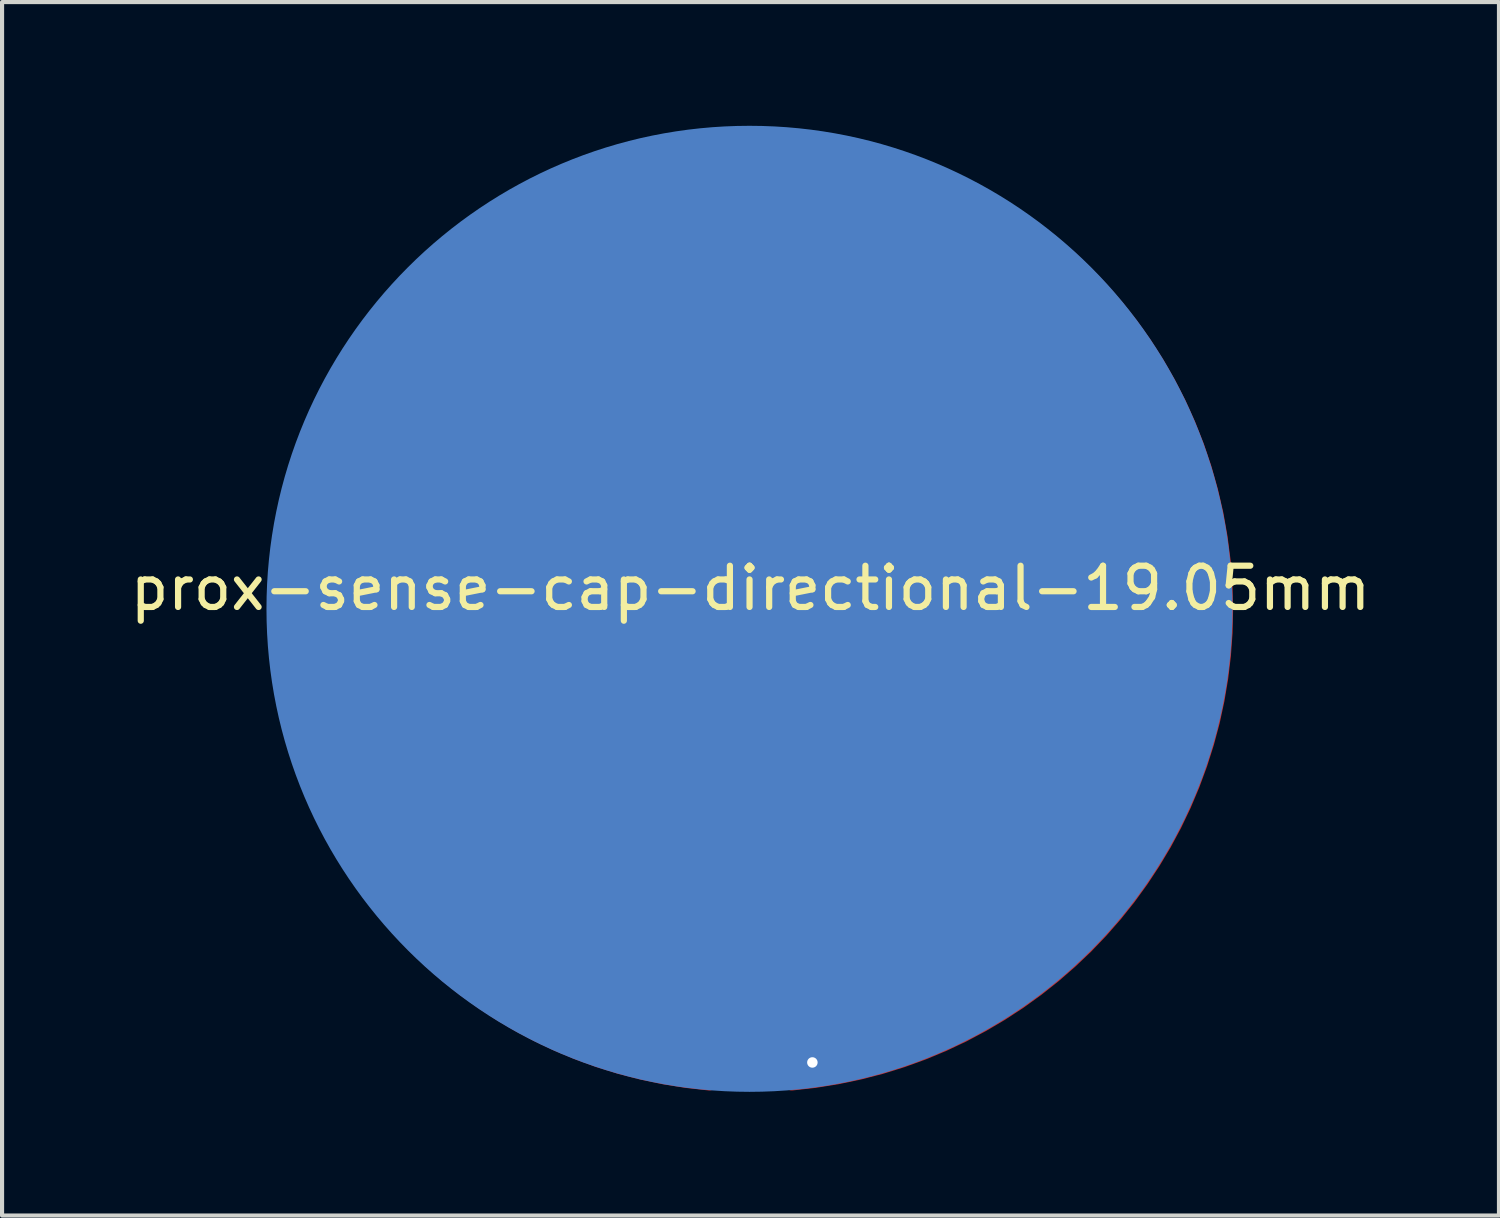
<source format=kicad_pcb>
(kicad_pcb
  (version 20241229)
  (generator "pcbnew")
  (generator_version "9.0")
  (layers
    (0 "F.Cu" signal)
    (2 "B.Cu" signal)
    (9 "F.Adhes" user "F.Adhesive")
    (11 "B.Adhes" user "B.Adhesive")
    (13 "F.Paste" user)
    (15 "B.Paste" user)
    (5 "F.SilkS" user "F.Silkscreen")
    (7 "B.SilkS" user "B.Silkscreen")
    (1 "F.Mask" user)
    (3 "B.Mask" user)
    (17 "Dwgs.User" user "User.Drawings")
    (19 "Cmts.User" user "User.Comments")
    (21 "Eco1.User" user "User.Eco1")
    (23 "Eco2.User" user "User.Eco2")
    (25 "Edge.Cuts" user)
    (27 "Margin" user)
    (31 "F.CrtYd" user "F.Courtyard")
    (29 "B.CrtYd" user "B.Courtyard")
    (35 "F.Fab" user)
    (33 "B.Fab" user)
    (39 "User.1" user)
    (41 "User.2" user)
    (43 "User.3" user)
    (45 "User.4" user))
  (footprint "prox-sense-cap-directional-19.05mm"
    (layer "F.Cu")
    (at 15.149 11.713)
    (property "Reference" "prox-sense-cap-directional-19.05mm" (at 0 -0.5 0) (unlocked yes) (layer "F.SilkS") (effects (font (size 1 1) (thickness 0.15))))
    (attr smd)
    (fp_poly (pts (xy 9.5 -0.000001) (xy 9.488 0.49) (xy 9.451 0.974) (xy 9.39 1.451) (xy 9.306 1.92) (xy 9.2 2.38) (xy 9.072 2.832) (xy 8.922 3.275) (xy 8.751 3.708) (xy 8.561 4.129) (xy 8.35 4.54) (xy 8.121 4.939) (xy 7.873 5.326) (xy 7.608 5.699) (xy 7.325 6.059) (xy 7.026 6.404) (xy 6.71 6.735) (xy 6.379 7.051) (xy 6.034 7.35) (xy 5.674 7.633) (xy 5.301 7.898) (xy 4.914 8.146) (xy 4.515 8.375) (xy 4.104 8.586) (xy 3.683 8.776) (xy 3.25 8.947) (xy 2.807 9.097) (xy 2.355 9.225) (xy 1.895 9.331) (xy 1.426 9.415) (xy 0.949 9.476) (xy 0.465 9.513) (xy -0.025 9.525) (xy -0.515 9.513) (xy -0.999 9.476) (xy -1.476 9.415) (xy -1.945 9.331) (xy -2.405 9.225) (xy -2.857 9.097) (xy -3.3 8.947) (xy -3.733 8.776) (xy -4.154 8.586) (xy -4.565 8.375) (xy -4.964 8.146) (xy -5.351 7.898) (xy -5.724 7.633) (xy -6.084 7.35) (xy -6.429 7.051) (xy -6.76 6.735) (xy -7.076 6.404) (xy -7.375 6.059) (xy -7.658 5.699) (xy -7.923 5.326) (xy -8.171 4.939) (xy -8.4 4.54) (xy -8.611 4.129) (xy -8.801 3.708) (xy -8.972 3.275) (xy -9.122 2.832) (xy -9.25 2.38) (xy -9.356 1.92) (xy -9.44 1.451) (xy -9.501 0.974) (xy -9.538 0.49) (xy -9.55 -0.000001) (xy -9.538 -0.49) (xy -9.501 -0.974) (xy -9.44 -1.451) (xy -9.356 -1.92) (xy -9.25 -2.38) (xy -9.122 -2.832) (xy -8.972 -3.275) (xy -8.801 -3.708) (xy -8.611 -4.129) (xy -8.4 -4.54) (xy -8.171 -4.939) (xy -7.923 -5.326) (xy -7.658 -5.699) (xy -7.375 -6.059) (xy -7.076 -6.404) (xy -6.76 -6.735) (xy -6.429 -7.051) (xy -6.084 -7.35) (xy -5.724 -7.633) (xy -5.351 -7.898) (xy -4.964 -8.146) (xy -4.565 -8.375) (xy -4.154 -8.586) (xy -3.733 -8.776) (xy -3.3 -8.947) (xy -2.857 -9.097) (xy -2.405 -9.225) (xy -1.945 -9.331) (xy -1.476 -9.415) (xy -0.999 -9.476) (xy -0.515 -9.513) (xy -0.025 -9.525) (xy 0.465 -9.513) (xy 0.949 -9.476) (xy 1.426 -9.415) (xy 1.895 -9.331) (xy 2.355 -9.225) (xy 2.807 -9.097) (xy 3.25 -8.947) (xy 3.683 -8.776) (xy 4.104 -8.586) (xy 4.515 -8.375) (xy 4.914 -8.146) (xy 5.301 -7.898) (xy 5.674 -7.633) (xy 6.034 -7.35) (xy 6.379 -7.051) (xy 6.71 -6.735) (xy 7.026 -6.404) (xy 7.325 -6.059) (xy 7.608 -5.699) (xy 7.873 -5.326) (xy 8.121 -4.939) (xy 8.35 -4.54) (xy 8.561 -4.129) (xy 8.751 -3.708) (xy 8.922 -3.275) (xy 9.072 -2.832) (xy 9.2 -2.38) (xy 9.306 -1.92) (xy 9.39 -1.451) (xy 9.451 -0.974) (xy 9.488 -0.49) (xy 9.5 -0.000001)) (stroke (width 0.293) (type solid)) (fill yes) (layer "F.Cu"))
    (fp_poly (pts (xy 0.000254 -11.503) (xy 0.593 -11.488) (xy 1.179 -11.443) (xy 1.755 -11.37) (xy 2.323 -11.269) (xy 2.88 -11.14) (xy 3.427 -10.985) (xy 3.963 -10.804) (xy 4.486 -10.597) (xy 4.997 -10.366) (xy 5.494 -10.112) (xy 5.976 -9.834) (xy 6.444 -9.535) (xy 6.896 -9.213) (xy 7.331 -8.871) (xy 7.749 -8.509) (xy 8.15 -8.127) (xy 8.531 -7.727) (xy 8.893 -7.309) (xy 9.236 -6.874) (xy 9.557 -6.422) (xy 9.857 -5.954) (xy 10.134 -5.471) (xy 10.389 -4.975) (xy 10.619 -4.464) (xy 10.826 -3.941) (xy 11.007 -3.405) (xy 11.162 -2.858) (xy 11.291 -2.301) (xy 11.392 -1.733) (xy 11.466 -1.156) (xy 11.51 -0.571) (xy 11.525 0.022) (xy 11.512 0.579) (xy 11.472 1.13) (xy 11.407 1.674) (xy 11.317 2.21) (xy 11.203 2.738) (xy 11.064 3.256) (xy 10.902 3.765) (xy 10.718 4.264) (xy 10.512 4.752) (xy 10.284 5.229) (xy 10.035 5.693) (xy 9.765 6.144) (xy 9.476 6.582) (xy 9.168 7.006) (xy 8.841 7.415) (xy 8.496 7.809) (xy 8.134 8.187) (xy 7.754 8.548) (xy 7.359 8.892) (xy 6.948 9.218) (xy 6.521 9.526) (xy 6.08 9.814) (xy 5.626 10.082) (xy 5.157 10.331) (xy 4.676 10.558) (xy 4.183 10.763) (xy 3.678 10.946) (xy 3.163 11.106) (xy 2.636 11.242) (xy 2.1 11.354) (xy 1.555 11.441) (xy 1.001 11.503) (xy 1 10.499) (xy 1.503 10.439) (xy 1.997 10.356) (xy 2.483 10.251) (xy 2.96 10.124) (xy 3.427 9.975) (xy 3.885 9.806) (xy 4.331 9.617) (xy 4.767 9.408) (xy 5.191 9.18) (xy 5.603 8.934) (xy 6.002 8.67) (xy 6.387 8.388) (xy 6.759 8.09) (xy 7.117 7.776) (xy 7.46 7.446) (xy 7.788 7.102) (xy 8.1 6.743) (xy 8.395 6.37) (xy 8.674 5.984) (xy 8.935 5.585) (xy 9.179 5.175) (xy 9.404 4.752) (xy 9.61 4.319) (xy 9.796 3.875) (xy 9.963 3.422) (xy 10.109 2.959) (xy 10.234 2.488) (xy 10.337 2.009) (xy 10.419 1.522) (xy 10.478 1.028) (xy 10.513 0.528) (xy 10.525 0.022) (xy 10.511 -0.52) (xy 10.471 -1.054) (xy 10.404 -1.581) (xy 10.311 -2.099) (xy 10.194 -2.608) (xy 10.052 -3.108) (xy 9.887 -3.597) (xy 9.698 -4.075) (xy 9.487 -4.541) (xy 9.255 -4.995) (xy 9.001 -5.436) (xy 8.728 -5.863) (xy 8.434 -6.275) (xy 8.122 -6.673) (xy 7.791 -7.055) (xy 7.443 -7.42) (xy 7.077 -7.769) (xy 6.695 -8.1) (xy 6.298 -8.412) (xy 5.885 -8.705) (xy 5.458 -8.979) (xy 5.017 -9.233) (xy 4.563 -9.465) (xy 4.097 -9.676) (xy 3.619 -9.864) (xy 3.13 -10.03) (xy 2.631 -10.172) (xy 2.121 -10.289) (xy 1.603 -10.382) (xy 1.076 -10.449) (xy 0.542 -10.489) (xy 0.000315 -10.503) (xy -0.522 -10.49) (xy -1.04 -10.452) (xy -1.554 -10.388) (xy -2.063 -10.299) (xy -2.565 -10.186) (xy -3.061 -10.048) (xy -3.549 -9.887) (xy -4.028 -9.702) (xy -4.497 -9.494) (xy -4.956 -9.263) (xy -5.404 -9.01) (xy -5.839 -8.735) (xy -6.262 -8.438) (xy -6.67 -8.12) (xy -7.064 -7.78) (xy -7.442 -7.42) (xy -7.802 -7.042) (xy -8.142 -6.648) (xy -8.46 -6.24) (xy -8.757 -5.817) (xy -9.032 -5.382) (xy -9.285 -4.934) (xy -9.516 -4.475) (xy -9.724 -4.006) (xy -9.909 -3.527) (xy -10.07 -3.039) (xy -10.208 -2.544) (xy -10.321 -2.041) (xy -10.41 -1.532) (xy -10.474 -1.018) (xy -10.512 -0.5) (xy -10.525 0.022) (xy -10.513 0.528) (xy -10.478 1.028) (xy -10.419 1.522) (xy -10.337 2.009) (xy -10.234 2.488) (xy -10.109 2.959) (xy -9.963 3.422) (xy -9.796 3.876) (xy -9.61 4.319) (xy -9.404 4.752) (xy -9.179 5.175) (xy -8.935 5.586) (xy -8.674 5.984) (xy -8.395 6.37) (xy -8.1 6.743) (xy -7.788 7.102) (xy -7.46 7.447) (xy -7.117 7.776) (xy -6.759 8.09) (xy -6.387 8.388) (xy -6.001 8.67) (xy -5.602 8.934) (xy -5.191 9.18) (xy -4.767 9.408) (xy -4.331 9.617) (xy -3.884 9.806) (xy -3.427 9.975) (xy -2.96 10.124) (xy -2.483 10.251) (xy -1.997 10.356) (xy -1.502 10.439) (xy -1 10.499) (xy -1 11.503) (xy -1.554 11.441) (xy -2.099 11.354) (xy -2.635 11.242) (xy -3.162 11.106) (xy -3.677 10.946) (xy -4.182 10.763) (xy -4.675 10.558) (xy -5.156 10.331) (xy -5.625 10.083) (xy -6.08 9.814) (xy -6.52 9.526) (xy -6.947 9.219) (xy -7.358 8.893) (xy -7.754 8.549) (xy -8.133 8.187) (xy -8.495 7.81) (xy -8.84 7.416) (xy -9.167 7.007) (xy -9.476 6.583) (xy -9.765 6.145) (xy -10.034 5.693) (xy -10.283 5.229) (xy -10.511 4.753) (xy -10.718 4.265) (xy -10.902 3.766) (xy -11.064 3.257) (xy -11.202 2.738) (xy -11.317 2.21) (xy -11.407 1.674) (xy -11.472 1.13) (xy -11.512 0.579) (xy -11.525 0.022) (xy -11.511 -0.55) (xy -11.469 -1.117) (xy -11.399 -1.68) (xy -11.302 -2.237) (xy -11.178 -2.787) (xy -11.027 -3.33) (xy -10.85 -3.864) (xy -10.648 -4.388) (xy -10.42 -4.902) (xy -10.167 -5.405) (xy -9.89 -5.895) (xy -9.589 -6.372) (xy -9.264 -6.835) (xy -8.915 -7.282) (xy -8.544 -7.713) (xy -8.149 -8.127) (xy -7.735 -8.522) (xy -7.304 -8.893) (xy -6.857 -9.242) (xy -6.394 -9.567) (xy -5.917 -9.868) (xy -5.427 -10.145) (xy -4.924 -10.398) (xy -4.41 -10.626) (xy -3.886 -10.828) (xy -3.352 -11.005) (xy -2.809 -11.155) (xy -2.259 -11.279) (xy -1.702 -11.377) (xy -1.139 -11.447) (xy -0.571 -11.489) (xy 0.00014 -11.503) (xy 0.000254 -11.503)) (stroke (width 0.354) (type solid)) (fill yes) (layer "F.Cu"))
    (fp_circle (center -0.025 -0.000001) (end 11.5 -0.000001) (stroke (width 0.375) (type solid)) (fill yes) (layer "B.Cu"))
    (pad "1" smd roundrect (at 0 8.625) (size 2.286 1.524) (layers "F.Cu") (roundrect_rratio 0.25))
    (pad "2" smd circle (at -1.5 11) (size 1 1) (layers "F.Cu"))
    (pad "2" smd circle (at -1.5 11 90) (size 1 1) (layers "B.Cu"))
    (pad "2" thru_hole circle (at 1.5 11) (size 1 1) (drill 0.254) (layers "*.Cu") (remove_unused_layers yes) (keep_end_layers yes) (zone_layer_connections)))
  (gr_rect
    (start -3 -3)
    (end 33.298 26.425)
    (stroke (width 0.1) (type default))
    (fill no)
    (layer "Edge.Cuts")))
</source>
